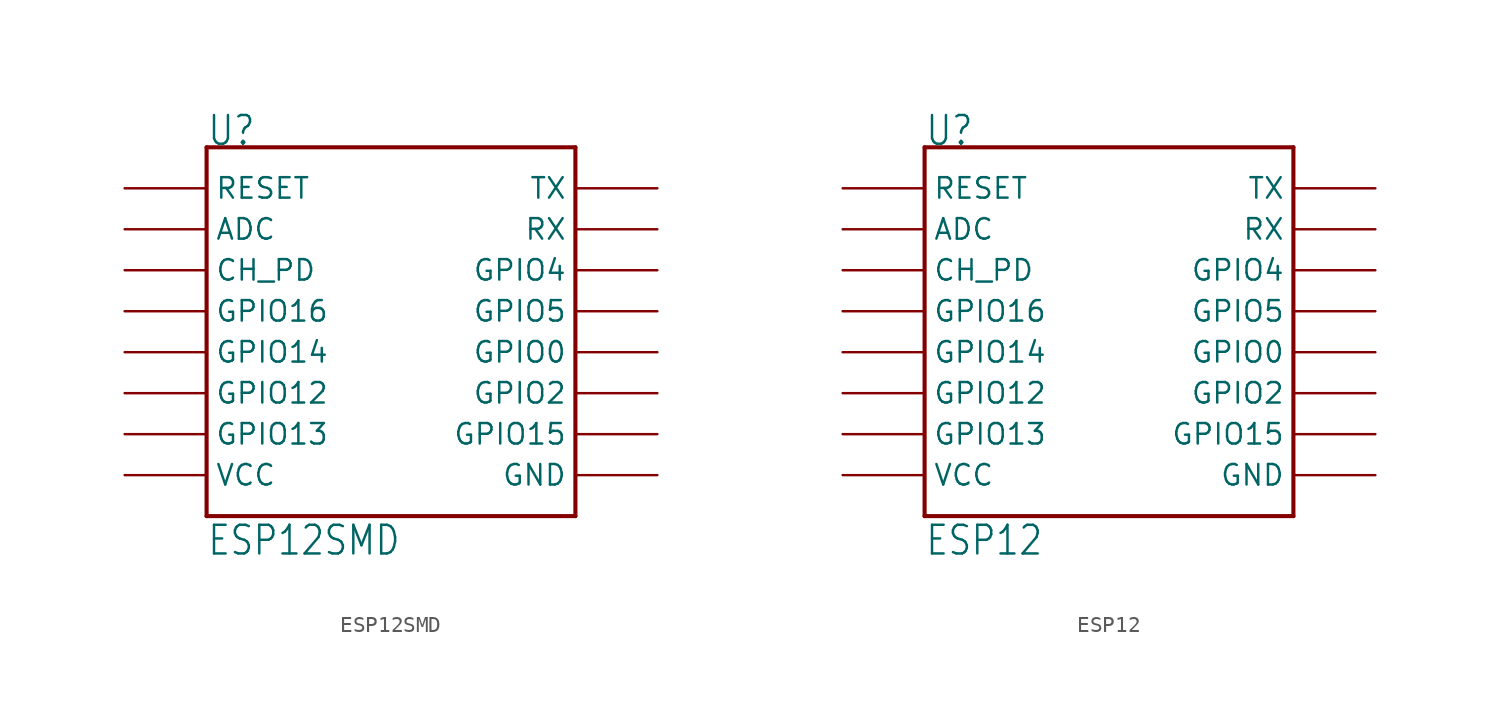
<source format=kicad_sym>
(kicad_symbol_lib
  (version 20211014)
  (generator kicad_symbol_editor)
  (symbol "ESP12SMD"
    (property "Reference" "U"
      (at -12.7 10.16 0)
      (effects (font (size 1.778 1.511)) (justify left bottom)))
    (property "Value" "ESP12SMD"
      (at -12.7 -15.24 0)
      (effects (font (size 1.778 1.511)) (justify left bottom)))
    (property "ki_locked" ""
      (at 0 0 0)
      (effects (font (size 1.27 1.27))))
    (symbol "ESP12SMD_1_0"
      (polyline (pts (xy -12.7 -12.7) (xy 10.16 -12.7)) (stroke (width 0.254) (type default) (color 0 0 0 0)) (fill (type none)))
      (polyline (pts (xy -12.7 10.16) (xy -12.7 -12.7)) (stroke (width 0.254) (type default) (color 0 0 0 0)) (fill (type none)))
      (polyline (pts (xy 10.16 -12.7) (xy 10.16 10.16)) (stroke (width 0.254) (type default) (color 0 0 0 0)) (fill (type none)))
      (polyline (pts (xy 10.16 10.16) (xy -12.7 10.16)) (stroke (width 0.254) (type default) (color 0 0 0 0)) (fill (type none)))
      (pin bidirectional line (at -17.78 5.08 0) (length 5.08) (name "ADC" (effects (font (size 1.27 1.27)))) (number "ADC" (effects (font (size 0 0)))))
      (pin bidirectional line (at -17.78 2.54 0) (length 5.08) (name "CH_PD" (effects (font (size 1.27 1.27)))) (number "CH_PD" (effects (font (size 0 0)))))
      (pin bidirectional line (at 15.24 -10.16 180) (length 5.08) (name "GND" (effects (font (size 1.27 1.27)))) (number "GND" (effects (font (size 0 0)))))
      (pin bidirectional line (at 15.24 -2.54 180) (length 5.08) (name "GPIO0" (effects (font (size 1.27 1.27)))) (number "GPIO0" (effects (font (size 0 0)))))
      (pin bidirectional line (at -17.78 -5.08 0) (length 5.08) (name "GPIO12" (effects (font (size 1.27 1.27)))) (number "GPIO12" (effects (font (size 0 0)))))
      (pin bidirectional line (at -17.78 -7.62 0) (length 5.08) (name "GPIO13" (effects (font (size 1.27 1.27)))) (number "GPIO13" (effects (font (size 0 0)))))
      (pin bidirectional line (at -17.78 -2.54 0) (length 5.08) (name "GPIO14" (effects (font (size 1.27 1.27)))) (number "GPIO14" (effects (font (size 0 0)))))
      (pin bidirectional line (at 15.24 -7.62 180) (length 5.08) (name "GPIO15" (effects (font (size 1.27 1.27)))) (number "GPIO15" (effects (font (size 0 0)))))
      (pin bidirectional line (at -17.78 0 0) (length 5.08) (name "GPIO16" (effects (font (size 1.27 1.27)))) (number "GPIO16" (effects (font (size 0 0)))))
      (pin bidirectional line (at 15.24 -5.08 180) (length 5.08) (name "GPIO2" (effects (font (size 1.27 1.27)))) (number "GPIO2" (effects (font (size 0 0)))))
      (pin bidirectional line (at 15.24 2.54 180) (length 5.08) (name "GPIO4" (effects (font (size 1.27 1.27)))) (number "GPIO4" (effects (font (size 0 0)))))
      (pin bidirectional line (at 15.24 0 180) (length 5.08) (name "GPIO5" (effects (font (size 1.27 1.27)))) (number "GPIO5" (effects (font (size 0 0)))))
      (pin bidirectional line (at -17.78 7.62 0) (length 5.08) (name "RESET" (effects (font (size 1.27 1.27)))) (number "RESET" (effects (font (size 0 0)))))
      (pin bidirectional line (at 15.24 5.08 180) (length 5.08) (name "RX" (effects (font (size 1.27 1.27)))) (number "RXD0" (effects (font (size 0 0)))))
      (pin bidirectional line (at 15.24 7.62 180) (length 5.08) (name "TX" (effects (font (size 1.27 1.27)))) (number "TXD0" (effects (font (size 0 0)))))
      (pin bidirectional line (at -17.78 -10.16 0) (length 5.08) (name "VCC" (effects (font (size 1.27 1.27)))) (number "VCC" (effects (font (size 0 0)))))))
  (symbol "ESP12"
    (property "Reference" "U"
      (at -12.7 10.16 0)
      (effects (font (size 1.778 1.511)) (justify left bottom)))
    (property "Value" "ESP12"
      (at -12.7 -15.24 0)
      (effects (font (size 1.778 1.511)) (justify left bottom)))
    (property "ki_locked" ""
      (at 0 0 0)
      (effects (font (size 1.27 1.27))))
    (symbol "ESP12_1_0"
      (polyline (pts (xy -12.7 -12.7) (xy 10.16 -12.7)) (stroke (width 0.254) (type default) (color 0 0 0 0)) (fill (type none)))
      (polyline (pts (xy -12.7 10.16) (xy -12.7 -12.7)) (stroke (width 0.254) (type default) (color 0 0 0 0)) (fill (type none)))
      (polyline (pts (xy 10.16 -12.7) (xy 10.16 10.16)) (stroke (width 0.254) (type default) (color 0 0 0 0)) (fill (type none)))
      (polyline (pts (xy 10.16 10.16) (xy -12.7 10.16)) (stroke (width 0.254) (type default) (color 0 0 0 0)) (fill (type none)))
      (pin bidirectional line (at -17.78 5.08 0) (length 5.08) (name "ADC" (effects (font (size 1.27 1.27)))) (number "ADC" (effects (font (size 0 0)))))
      (pin bidirectional line (at -17.78 2.54 0) (length 5.08) (name "CH_PD" (effects (font (size 1.27 1.27)))) (number "CH_PD" (effects (font (size 0 0)))))
      (pin bidirectional line (at 15.24 -10.16 180) (length 5.08) (name "GND" (effects (font (size 1.27 1.27)))) (number "GND" (effects (font (size 0 0)))))
      (pin bidirectional line (at 15.24 -2.54 180) (length 5.08) (name "GPIO0" (effects (font (size 1.27 1.27)))) (number "GPIO0" (effects (font (size 0 0)))))
      (pin bidirectional line (at -17.78 -5.08 0) (length 5.08) (name "GPIO12" (effects (font (size 1.27 1.27)))) (number "GPIO12" (effects (font (size 0 0)))))
      (pin bidirectional line (at -17.78 -7.62 0) (length 5.08) (name "GPIO13" (effects (font (size 1.27 1.27)))) (number "GPIO13" (effects (font (size 0 0)))))
      (pin bidirectional line (at -17.78 -2.54 0) (length 5.08) (name "GPIO14" (effects (font (size 1.27 1.27)))) (number "GPIO14" (effects (font (size 0 0)))))
      (pin bidirectional line (at 15.24 -7.62 180) (length 5.08) (name "GPIO15" (effects (font (size 1.27 1.27)))) (number "GPIO15" (effects (font (size 0 0)))))
      (pin bidirectional line (at -17.78 0 0) (length 5.08) (name "GPIO16" (effects (font (size 1.27 1.27)))) (number "GPIO16" (effects (font (size 0 0)))))
      (pin bidirectional line (at 15.24 -5.08 180) (length 5.08) (name "GPIO2" (effects (font (size 1.27 1.27)))) (number "GPIO2" (effects (font (size 0 0)))))
      (pin bidirectional line (at 15.24 2.54 180) (length 5.08) (name "GPIO4" (effects (font (size 1.27 1.27)))) (number "GPIO4" (effects (font (size 0 0)))))
      (pin bidirectional line (at 15.24 0 180) (length 5.08) (name "GPIO5" (effects (font (size 1.27 1.27)))) (number "GPIO5" (effects (font (size 0 0)))))
      (pin bidirectional line (at -17.78 7.62 0) (length 5.08) (name "RESET" (effects (font (size 1.27 1.27)))) (number "RESET" (effects (font (size 0 0)))))
      (pin bidirectional line (at 15.24 5.08 180) (length 5.08) (name "RX" (effects (font (size 1.27 1.27)))) (number "RX" (effects (font (size 0 0)))))
      (pin bidirectional line (at 15.24 7.62 180) (length 5.08) (name "TX" (effects (font (size 1.27 1.27)))) (number "TX" (effects (font (size 0 0)))))
      (pin bidirectional line (at -17.78 -10.16 0) (length 5.08) (name "VCC" (effects (font (size 1.27 1.27)))) (number "VCC" (effects (font (size 0 0))))))))
</source>
